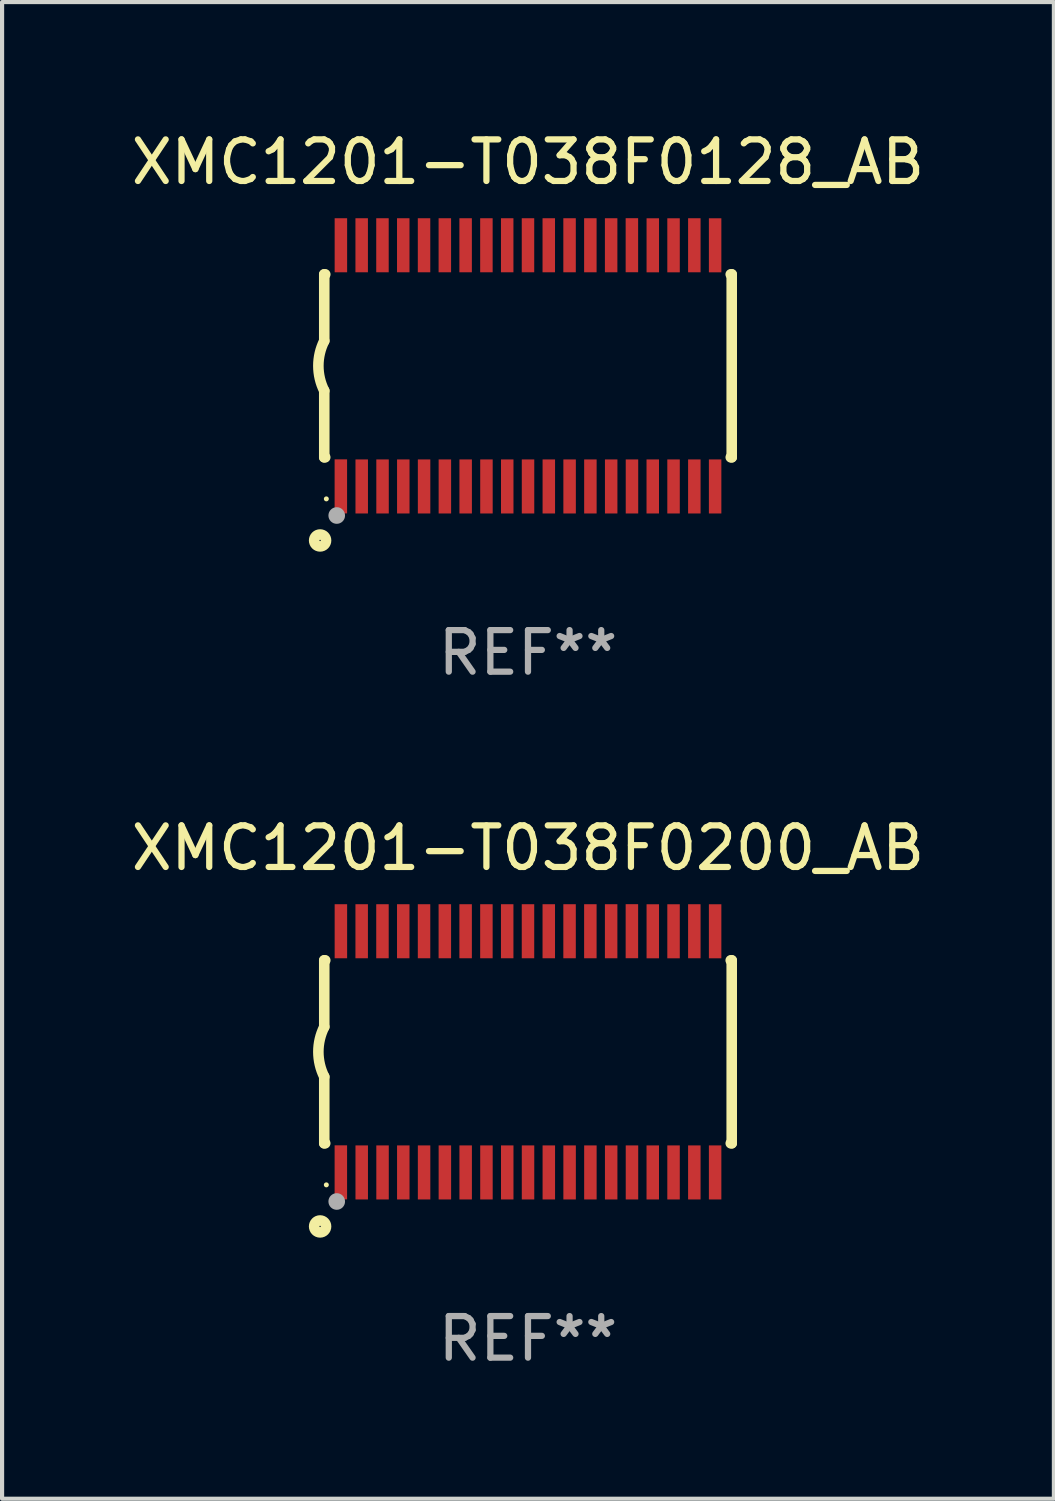
<source format=kicad_pcb>
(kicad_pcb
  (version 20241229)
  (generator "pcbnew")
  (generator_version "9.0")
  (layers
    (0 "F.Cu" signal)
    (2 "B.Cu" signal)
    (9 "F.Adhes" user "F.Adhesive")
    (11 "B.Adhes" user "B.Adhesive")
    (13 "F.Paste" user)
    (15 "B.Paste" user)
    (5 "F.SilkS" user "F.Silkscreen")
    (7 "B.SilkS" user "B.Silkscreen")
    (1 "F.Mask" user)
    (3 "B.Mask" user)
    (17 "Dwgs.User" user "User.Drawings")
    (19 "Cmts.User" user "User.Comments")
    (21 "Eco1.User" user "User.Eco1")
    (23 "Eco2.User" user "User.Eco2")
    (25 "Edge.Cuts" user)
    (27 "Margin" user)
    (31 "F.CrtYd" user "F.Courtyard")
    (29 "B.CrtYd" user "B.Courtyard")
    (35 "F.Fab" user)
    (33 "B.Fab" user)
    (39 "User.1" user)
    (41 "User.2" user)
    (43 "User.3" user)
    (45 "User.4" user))
  (footprint "XMC1201-T038F0128_AB"
    (layer "F.Cu")
    (at 9.649 5.749)
    (property "Reference" "XMC1201-T038F0128_AB" (at 0 -4.901 0) (layer "F.SilkS") (effects (font (size 1 1) (thickness 0.15))))
    (attr through_hole)
    (fp_line (start -4.9 -2.2) (end -4.9 -0.6) (stroke (width 0.254) (type solid)) (layer "F.SilkS"))
    (fp_line (start -4.9 -2.2) (end -4.876 -2.2) (stroke (width 0.254) (type solid)) (layer "F.SilkS"))
    (fp_line (start -4.9 2.2) (end -4.9 0.6) (stroke (width 0.254) (type solid)) (layer "F.SilkS"))
    (fp_line (start -4.9 2.2) (end -4.877 2.2) (stroke (width 0.254) (type solid)) (layer "F.SilkS"))
    (fp_line (start 4.876 -2.2) (end 4.9 -2.2) (stroke (width 0.254) (type solid)) (layer "F.SilkS"))
    (fp_line (start 4.877 2.2) (end 4.9 2.2) (stroke (width 0.254) (type solid)) (layer "F.SilkS"))
    (fp_line (start 4.9 -2.2) (end 4.9 2.2) (stroke (width 0.254) (type solid)) (layer "F.SilkS"))
    (fp_arc (start -4.900051 0.599822) (mid -5.041652 -0.000095) (end -4.9 -0.6) (stroke (width 0.254001) (type solid)) (layer "F.SilkS"))
    (fp_circle (center -5 4.2) (end -4.857 4.2) (stroke (width 0.254) (type solid)) (fill no) (layer "F.SilkS"))
    (fp_circle (center -4.85 3.2) (end -4.82 3.2) (stroke (width 0.06) (type solid)) (fill no) (layer "F.SilkS"))
    (fp_circle (center -4.6 3.6) (end -4.5 3.6) (stroke (width 0.2) (type solid)) (fill no) (layer "F.Fab"))
    (fp_text user "REF**" (at 0 6.901 0) (layer "F.Fab") (effects (font (size 1 1) (thickness 0.15))))
    (pad "1" smd rect (at -4.501 2.899 90) (size 1.3 0.3) (layers "F.Cu" "F.Mask" "F.Paste"))
    (pad "2" smd rect (at -3.999 2.901 90) (size 1.3 0.3) (layers "F.Cu" "F.Mask" "F.Paste"))
    (pad "3" smd rect (at -3.498 2.901 90) (size 1.3 0.3) (layers "F.Cu" "F.Mask" "F.Paste"))
    (pad "4" smd rect (at -2.999 2.901 90) (size 1.3 0.3) (layers "F.Cu" "F.Mask" "F.Paste"))
    (pad "5" smd rect (at -2.499 2.901 90) (size 1.3 0.3) (layers "F.Cu" "F.Mask" "F.Paste"))
    (pad "6" smd rect (at -1.999 2.901 90) (size 1.3 0.3) (layers "F.Cu" "F.Mask" "F.Paste"))
    (pad "7" smd rect (at -1.499 2.901 90) (size 1.3 0.3) (layers "F.Cu" "F.Mask" "F.Paste"))
    (pad "8" smd rect (at -0.999 2.901 90) (size 1.3 0.3) (layers "F.Cu" "F.Mask" "F.Paste"))
    (pad "9" smd rect (at -0.499 2.901 90) (size 1.3 0.3) (layers "F.Cu" "F.Mask" "F.Paste"))
    (pad "10" smd rect (at 0.001 2.901 90) (size 1.3 0.3) (layers "F.Cu" "F.Mask" "F.Paste"))
    (pad "11" smd rect (at 0.501 2.901 90) (size 1.3 0.3) (layers "F.Cu" "F.Mask" "F.Paste"))
    (pad "12" smd rect (at 1.001 2.901 90) (size 1.3 0.3) (layers "F.Cu" "F.Mask" "F.Paste"))
    (pad "13" smd rect (at 1.501 2.901 90) (size 1.3 0.3) (layers "F.Cu" "F.Mask" "F.Paste"))
    (pad "14" smd rect (at 2.001 2.901 90) (size 1.3 0.3) (layers "F.Cu" "F.Mask" "F.Paste"))
    (pad "15" smd rect (at 2.501 2.901 90) (size 1.3 0.3) (layers "F.Cu" "F.Mask" "F.Paste"))
    (pad "16" smd rect (at 3.001 2.901 90) (size 1.3 0.3) (layers "F.Cu" "F.Mask" "F.Paste"))
    (pad "17" smd rect (at 3.501 2.901 90) (size 1.3 0.3) (layers "F.Cu" "F.Mask" "F.Paste"))
    (pad "18" smd rect (at 4.001 2.901 90) (size 1.3 0.3) (layers "F.Cu" "F.Mask" "F.Paste"))
    (pad "19" smd rect (at 4.501 2.901 90) (size 1.3 0.3) (layers "F.Cu" "F.Mask" "F.Paste"))
    (pad "20" smd rect (at 4.501 -2.899 90) (size 1.3 0.3) (layers "F.Cu" "F.Mask" "F.Paste"))
    (pad "21" smd rect (at 4.001 -2.9 90) (size 1.3 0.3) (layers "F.Cu" "F.Mask" "F.Paste"))
    (pad "22" smd rect (at 3.501 -2.899 90) (size 1.3 0.3) (layers "F.Cu" "F.Mask" "F.Paste"))
    (pad "23" smd rect (at 3.002 -2.899 90) (size 1.3 0.3) (layers "F.Cu" "F.Mask" "F.Paste"))
    (pad "24" smd rect (at 2.499 -2.901 90) (size 1.3 0.3) (layers "F.Cu" "F.Mask" "F.Paste"))
    (pad "25" smd rect (at 2 -2.9 90) (size 1.3 0.3) (layers "F.Cu" "F.Mask" "F.Paste"))
    (pad "26" smd rect (at 1.5 -2.9 90) (size 1.3 0.3) (layers "F.Cu" "F.Mask" "F.Paste"))
    (pad "27" smd rect (at 1 -2.9 90) (size 1.3 0.3) (layers "F.Cu" "F.Mask" "F.Paste"))
    (pad "28" smd rect (at 0.5 -2.9 90) (size 1.3 0.3) (layers "F.Cu" "F.Mask" "F.Paste"))
    (pad "29" smd rect (at 0.000127 -2.9 90) (size 1.3 0.3) (layers "F.Cu" "F.Mask" "F.Paste"))
    (pad "30" smd rect (at -0.5 -2.9 90) (size 1.3 0.3) (layers "F.Cu" "F.Mask" "F.Paste"))
    (pad "31" smd rect (at -1 -2.9 90) (size 1.3 0.3) (layers "F.Cu" "F.Mask" "F.Paste"))
    (pad "32" smd rect (at -1.5 -2.9 90) (size 1.3 0.3) (layers "F.Cu" "F.Mask" "F.Paste"))
    (pad "33" smd rect (at -2 -2.9 90) (size 1.3 0.3) (layers "F.Cu" "F.Mask" "F.Paste"))
    (pad "34" smd rect (at -2.5 -2.9 90) (size 1.3 0.3) (layers "F.Cu" "F.Mask" "F.Paste"))
    (pad "35" smd rect (at -3 -2.9 90) (size 1.3 0.3) (layers "F.Cu" "F.Mask" "F.Paste"))
    (pad "36" smd rect (at -3.5 -2.9 90) (size 1.3 0.3) (layers "F.Cu" "F.Mask" "F.Paste"))
    (pad "37" smd rect (at -4 -2.9 90) (size 1.3 0.3) (layers "F.Cu" "F.Mask" "F.Paste"))
    (pad "38" smd rect (at -4.5 -2.9 90) (size 1.3 0.3) (layers "F.Cu" "F.Mask" "F.Paste")))
  (footprint "XMC1201-T038F0200_AB"
    (layer "F.Cu")
    (at 9.649 22.248)
    (property "Reference" "XMC1201-T038F0200_AB" (at 0 -4.901 0) (layer "F.SilkS") (effects (font (size 1 1) (thickness 0.15))))
    (attr through_hole)
    (fp_line (start -4.9 -2.2) (end -4.9 -0.6) (stroke (width 0.254) (type solid)) (layer "F.SilkS"))
    (fp_line (start -4.9 -2.2) (end -4.876 -2.2) (stroke (width 0.254) (type solid)) (layer "F.SilkS"))
    (fp_line (start -4.9 2.2) (end -4.9 0.6) (stroke (width 0.254) (type solid)) (layer "F.SilkS"))
    (fp_line (start -4.9 2.2) (end -4.877 2.2) (stroke (width 0.254) (type solid)) (layer "F.SilkS"))
    (fp_line (start 4.876 -2.2) (end 4.9 -2.2) (stroke (width 0.254) (type solid)) (layer "F.SilkS"))
    (fp_line (start 4.877 2.2) (end 4.9 2.2) (stroke (width 0.254) (type solid)) (layer "F.SilkS"))
    (fp_line (start 4.9 -2.2) (end 4.9 2.2) (stroke (width 0.254) (type solid)) (layer "F.SilkS"))
    (fp_arc (start -4.900051 0.599822) (mid -5.041652 -0.000095) (end -4.9 -0.6) (stroke (width 0.254001) (type solid)) (layer "F.SilkS"))
    (fp_circle (center -5 4.2) (end -4.857 4.2) (stroke (width 0.254) (type solid)) (fill no) (layer "F.SilkS"))
    (fp_circle (center -4.85 3.2) (end -4.82 3.2) (stroke (width 0.06) (type solid)) (fill no) (layer "F.SilkS"))
    (fp_circle (center -4.6 3.6) (end -4.5 3.6) (stroke (width 0.2) (type solid)) (fill no) (layer "F.Fab"))
    (fp_text user "REF**" (at 0 6.901 0) (layer "F.Fab") (effects (font (size 1 1) (thickness 0.15))))
    (pad "1" smd rect (at -4.501 2.899 90) (size 1.3 0.3) (layers "F.Cu" "F.Mask" "F.Paste"))
    (pad "2" smd rect (at -3.999 2.901 90) (size 1.3 0.3) (layers "F.Cu" "F.Mask" "F.Paste"))
    (pad "3" smd rect (at -3.498 2.901 90) (size 1.3 0.3) (layers "F.Cu" "F.Mask" "F.Paste"))
    (pad "4" smd rect (at -2.999 2.901 90) (size 1.3 0.3) (layers "F.Cu" "F.Mask" "F.Paste"))
    (pad "5" smd rect (at -2.499 2.901 90) (size 1.3 0.3) (layers "F.Cu" "F.Mask" "F.Paste"))
    (pad "6" smd rect (at -1.999 2.901 90) (size 1.3 0.3) (layers "F.Cu" "F.Mask" "F.Paste"))
    (pad "7" smd rect (at -1.499 2.901 90) (size 1.3 0.3) (layers "F.Cu" "F.Mask" "F.Paste"))
    (pad "8" smd rect (at -0.999 2.901 90) (size 1.3 0.3) (layers "F.Cu" "F.Mask" "F.Paste"))
    (pad "9" smd rect (at -0.499 2.901 90) (size 1.3 0.3) (layers "F.Cu" "F.Mask" "F.Paste"))
    (pad "10" smd rect (at 0.001 2.901 90) (size 1.3 0.3) (layers "F.Cu" "F.Mask" "F.Paste"))
    (pad "11" smd rect (at 0.501 2.901 90) (size 1.3 0.3) (layers "F.Cu" "F.Mask" "F.Paste"))
    (pad "12" smd rect (at 1.001 2.901 90) (size 1.3 0.3) (layers "F.Cu" "F.Mask" "F.Paste"))
    (pad "13" smd rect (at 1.501 2.901 90) (size 1.3 0.3) (layers "F.Cu" "F.Mask" "F.Paste"))
    (pad "14" smd rect (at 2.001 2.901 90) (size 1.3 0.3) (layers "F.Cu" "F.Mask" "F.Paste"))
    (pad "15" smd rect (at 2.501 2.901 90) (size 1.3 0.3) (layers "F.Cu" "F.Mask" "F.Paste"))
    (pad "16" smd rect (at 3.001 2.901 90) (size 1.3 0.3) (layers "F.Cu" "F.Mask" "F.Paste"))
    (pad "17" smd rect (at 3.501 2.901 90) (size 1.3 0.3) (layers "F.Cu" "F.Mask" "F.Paste"))
    (pad "18" smd rect (at 4.001 2.901 90) (size 1.3 0.3) (layers "F.Cu" "F.Mask" "F.Paste"))
    (pad "19" smd rect (at 4.501 2.901 90) (size 1.3 0.3) (layers "F.Cu" "F.Mask" "F.Paste"))
    (pad "20" smd rect (at 4.501 -2.899 90) (size 1.3 0.3) (layers "F.Cu" "F.Mask" "F.Paste"))
    (pad "21" smd rect (at 4.001 -2.9 90) (size 1.3 0.3) (layers "F.Cu" "F.Mask" "F.Paste"))
    (pad "22" smd rect (at 3.501 -2.899 90) (size 1.3 0.3) (layers "F.Cu" "F.Mask" "F.Paste"))
    (pad "23" smd rect (at 3.002 -2.899 90) (size 1.3 0.3) (layers "F.Cu" "F.Mask" "F.Paste"))
    (pad "24" smd rect (at 2.499 -2.901 90) (size 1.3 0.3) (layers "F.Cu" "F.Mask" "F.Paste"))
    (pad "25" smd rect (at 2 -2.9 90) (size 1.3 0.3) (layers "F.Cu" "F.Mask" "F.Paste"))
    (pad "26" smd rect (at 1.5 -2.9 90) (size 1.3 0.3) (layers "F.Cu" "F.Mask" "F.Paste"))
    (pad "27" smd rect (at 1 -2.9 90) (size 1.3 0.3) (layers "F.Cu" "F.Mask" "F.Paste"))
    (pad "28" smd rect (at 0.5 -2.9 90) (size 1.3 0.3) (layers "F.Cu" "F.Mask" "F.Paste"))
    (pad "29" smd rect (at 0.000127 -2.9 90) (size 1.3 0.3) (layers "F.Cu" "F.Mask" "F.Paste"))
    (pad "30" smd rect (at -0.5 -2.9 90) (size 1.3 0.3) (layers "F.Cu" "F.Mask" "F.Paste"))
    (pad "31" smd rect (at -1 -2.9 90) (size 1.3 0.3) (layers "F.Cu" "F.Mask" "F.Paste"))
    (pad "32" smd rect (at -1.5 -2.9 90) (size 1.3 0.3) (layers "F.Cu" "F.Mask" "F.Paste"))
    (pad "33" smd rect (at -2 -2.9 90) (size 1.3 0.3) (layers "F.Cu" "F.Mask" "F.Paste"))
    (pad "34" smd rect (at -2.5 -2.9 90) (size 1.3 0.3) (layers "F.Cu" "F.Mask" "F.Paste"))
    (pad "35" smd rect (at -3 -2.9 90) (size 1.3 0.3) (layers "F.Cu" "F.Mask" "F.Paste"))
    (pad "36" smd rect (at -3.5 -2.9 90) (size 1.3 0.3) (layers "F.Cu" "F.Mask" "F.Paste"))
    (pad "37" smd rect (at -4 -2.9 90) (size 1.3 0.3) (layers "F.Cu" "F.Mask" "F.Paste"))
    (pad "38" smd rect (at -4.5 -2.9 90) (size 1.3 0.3) (layers "F.Cu" "F.Mask" "F.Paste")))
  (gr_rect
    (start -3 -3)
    (end 22.298 32.997)
    (stroke (width 0.1) (type default))
    (fill no)
    (layer "Edge.Cuts")))
</source>
